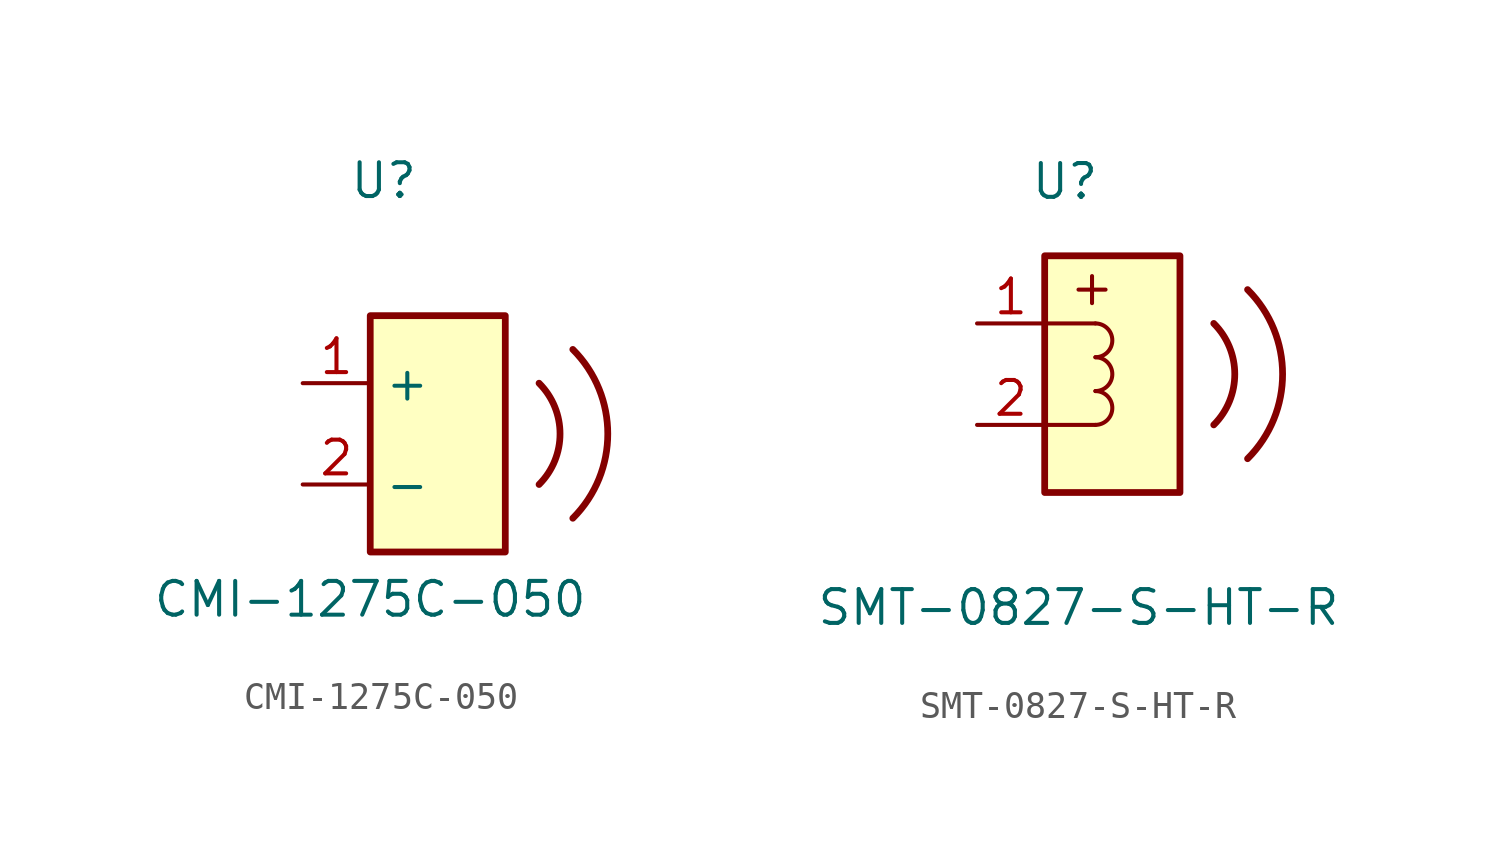
<source format=kicad_sym>
(kicad_symbol_lib
  (version 20241209)
  (generator "kicad_symbol_editor")
  (generator_version "9.0")
  (symbol "CMI-1275C-050"
    (property "Reference" "U"
      (at 0.508 13.97 0)
      (effects (font (size 1.27 1.27))))
    (property "Value" "CMI-1275C-050"
      (at 0 -1.778 0)
      (effects (font (size 1.27 1.27))))
    (symbol "CMI-1275C-050_1_0"
      (rectangle (start 0 8.89) (end 5.08 0) (stroke (width 0.254) (type default)) (fill (type background))))
    (symbol "CMI-1275C-050_1_1"
      (arc (start 6.35 6.35) (mid 7.1391 4.445) (end 6.35 2.54) (stroke (width 0.254) (type default)) (fill (type none)))
      (arc (start 7.62 7.62) (mid 8.9351 4.445) (end 7.62 1.27) (stroke (width 0.254) (type default)) (fill (type none)))
      (pin input line (at -2.54 6.35 0) (length 2.54) (name "+" (effects (font (size 1.27 1.27)))) (number "1" (effects (font (size 1.27 1.27)))))
      (pin input line (at -2.54 2.54 0) (length 2.54) (name "-" (effects (font (size 1.27 1.27)))) (number "2" (effects (font (size 1.27 1.27)))))))
  (symbol "SMT-0827-S-HT-R"
    (property "Reference" "U"
      (at 0.762 11.684 0)
      (effects (font (size 1.27 1.27))))
    (property "Value" "SMT-0827-S-HT-R"
      (at 1.27 -4.318 0)
      (effects (font (size 1.27 1.27))))
    (symbol "SMT-0827-S-HT-R_0_0"
      (polyline (pts (xy 0 6.35) (xy 1.905 6.35)) (stroke (width 0) (type default)) (fill (type none)))
      (polyline (pts (xy 1.27 7.62) (xy 2.286 7.62)) (stroke (width 0) (type default)) (fill (type none)))
      (polyline (pts (xy 1.778 8.128) (xy 1.778 7.112)) (stroke (width 0) (type default)) (fill (type none)))
      (polyline (pts (xy 1.905 2.54) (xy 0 2.54)) (stroke (width 0) (type default)) (fill (type none))))
    (symbol "SMT-0827-S-HT-R_0_1"
      (arc (start 1.905 6.35) (mid 2.54 5.715) (end 1.905 5.08) (stroke (width 0) (type default)) (fill (type none)))
      (arc (start 1.905 5.08) (mid 2.54 4.445) (end 1.905 3.81) (stroke (width 0) (type default)) (fill (type none)))
      (arc (start 1.905 3.81) (mid 2.54 3.175) (end 1.905 2.54) (stroke (width 0) (type default)) (fill (type none))))
    (symbol "SMT-0827-S-HT-R_1_0"
      (rectangle (start 0 8.89) (end 5.08 0) (stroke (width 0.254) (type default)) (fill (type background))))
    (symbol "SMT-0827-S-HT-R_1_1"
      (arc (start 6.35 6.35) (mid 7.1391 4.445) (end 6.35 2.54) (stroke (width 0.254) (type default)) (fill (type none)))
      (arc (start 7.62 7.62) (mid 8.9351 4.445) (end 7.62 1.27) (stroke (width 0.254) (type default)) (fill (type none)))
      (pin input line (at -2.54 6.35 0) (length 2.54) (name "~" (effects (font (size 1.27 1.27)))) (number "1" (effects (font (size 1.27 1.27)))))
      (pin input line (at -2.54 2.54 0) (length 2.54) (name "~" (effects (font (size 1.27 1.27)))) (number "2" (effects (font (size 1.27 1.27)))))
      (pin no_connect line (at 2.54 -2.54 90) (length 2.54) (hide yes) (name "~" (effects (font (size 1.27 1.27)))) (number "S" (effects (font (size 1.27 1.27))))))))
</source>
